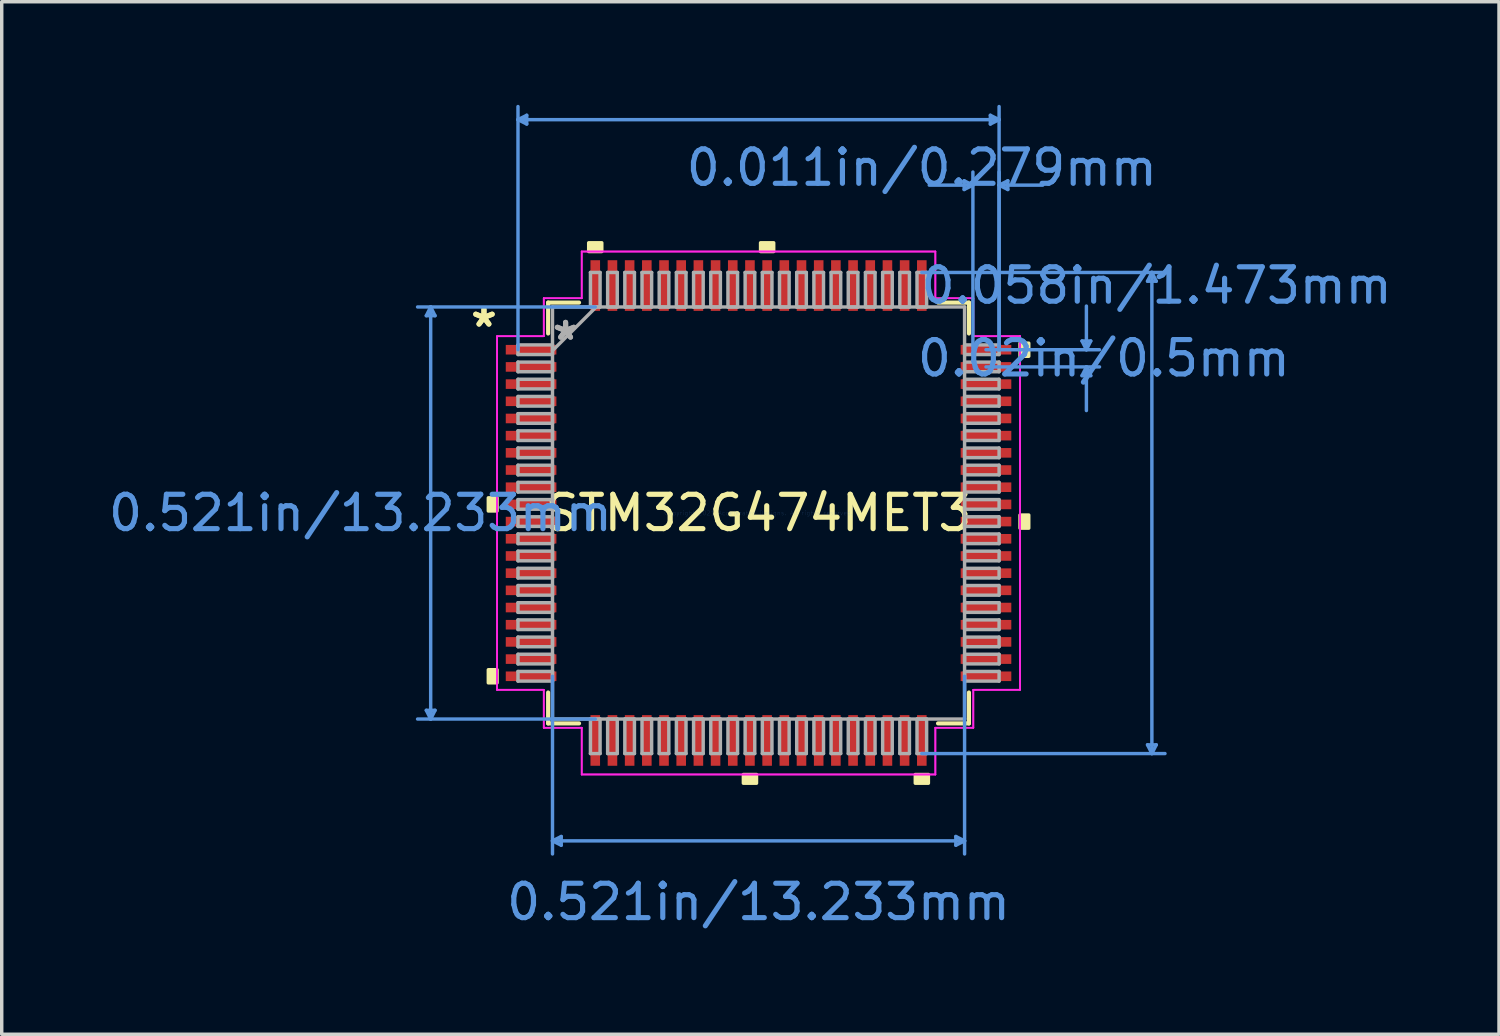
<source format=kicad_pcb>
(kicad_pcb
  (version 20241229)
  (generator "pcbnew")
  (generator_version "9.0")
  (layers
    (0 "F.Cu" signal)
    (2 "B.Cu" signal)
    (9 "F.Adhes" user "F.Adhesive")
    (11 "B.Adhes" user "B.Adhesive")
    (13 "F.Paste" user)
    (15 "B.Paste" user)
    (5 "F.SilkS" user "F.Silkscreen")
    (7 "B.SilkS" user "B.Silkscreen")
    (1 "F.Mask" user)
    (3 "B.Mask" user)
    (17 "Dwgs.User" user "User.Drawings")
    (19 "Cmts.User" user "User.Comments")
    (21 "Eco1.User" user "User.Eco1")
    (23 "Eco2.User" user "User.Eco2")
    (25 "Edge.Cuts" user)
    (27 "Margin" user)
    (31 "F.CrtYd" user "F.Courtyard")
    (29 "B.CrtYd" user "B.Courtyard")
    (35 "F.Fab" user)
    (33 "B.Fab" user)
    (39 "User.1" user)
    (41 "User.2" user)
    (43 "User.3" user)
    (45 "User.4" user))
  (footprint "STM32G474MET3"
    (layer "F.Cu")
    (at 19.017 11.874)
    (property "Reference" "STM32G474MET3" (at 0 0 0) (layer "F.SilkS") (effects (font (size 1 1) (thickness 0.15))))
    (attr through_hole)
    (fp_line (start -6.121 -6.121) (end -6.121 -5.222) (stroke (width 0.12) (type solid)) (layer "F.SilkS"))
    (fp_line (start -6.121 5.222) (end -6.121 6.121) (stroke (width 0.12) (type solid)) (layer "F.SilkS"))
    (fp_line (start -6.121 6.121) (end -5.222 6.121) (stroke (width 0.12) (type solid)) (layer "F.SilkS"))
    (fp_line (start -5.222 -6.121) (end -6.121 -6.121) (stroke (width 0.12) (type solid)) (layer "F.SilkS"))
    (fp_line (start 5.222 6.121) (end 6.121 6.121) (stroke (width 0.12) (type solid)) (layer "F.SilkS"))
    (fp_line (start 6.121 -6.121) (end 5.222 -6.121) (stroke (width 0.12) (type solid)) (layer "F.SilkS"))
    (fp_line (start 6.121 -5.222) (end 6.121 -6.121) (stroke (width 0.12) (type solid)) (layer "F.SilkS"))
    (fp_line (start 6.121 6.121) (end 6.121 5.222) (stroke (width 0.12) (type solid)) (layer "F.SilkS"))
    (fp_poly (pts (xy -7.861 -0.441) (xy -7.861 -0.059) (xy -7.607 -0.059) (xy -7.607 -0.441)) (stroke (width 0.1) (type solid)) (fill yes) (layer "F.SilkS"))
    (fp_poly (pts (xy -7.861 4.56) (xy -7.861 4.941) (xy -7.607 4.941) (xy -7.607 4.56)) (stroke (width 0.1) (type solid)) (fill yes) (layer "F.SilkS"))
    (fp_poly (pts (xy -4.941 -7.607) (xy -4.941 -7.861) (xy -4.56 -7.861) (xy -4.56 -7.607)) (stroke (width 0.1) (type solid)) (fill yes) (layer "F.SilkS"))
    (fp_poly (pts (xy -0.441 7.607) (xy -0.441 7.861) (xy -0.059 7.861) (xy -0.059 7.607)) (stroke (width 0.1) (type solid)) (fill yes) (layer "F.SilkS"))
    (fp_poly (pts (xy 0.059 -7.607) (xy 0.059 -7.861) (xy 0.441 -7.861) (xy 0.441 -7.607)) (stroke (width 0.1) (type solid)) (fill yes) (layer "F.SilkS"))
    (fp_poly (pts (xy 4.56 7.607) (xy 4.56 7.861) (xy 4.941 7.861) (xy 4.941 7.607)) (stroke (width 0.1) (type solid)) (fill yes) (layer "F.SilkS"))
    (fp_poly (pts (xy 7.861 -4.941) (xy 7.861 -4.56) (xy 7.607 -4.56) (xy 7.607 -4.941)) (stroke (width 0.1) (type solid)) (fill yes) (layer "F.SilkS"))
    (fp_poly (pts (xy 7.861 0.059) (xy 7.861 0.441) (xy 7.607 0.441) (xy 7.607 0.059)) (stroke (width 0.1) (type solid)) (fill yes) (layer "F.SilkS"))
    (fp_line (start -9.665 -5.74) (end -9.411 -5.74) (stroke (width 0.1) (type solid)) (layer "Cmts.User"))
    (fp_line (start -9.665 5.74) (end -9.411 5.74) (stroke (width 0.1) (type solid)) (layer "Cmts.User"))
    (fp_line (start -9.538 -5.994) (end -9.665 -5.74) (stroke (width 0.1) (type solid)) (layer "Cmts.User"))
    (fp_line (start -9.538 -5.994) (end -9.538 5.994) (stroke (width 0.1) (type solid)) (layer "Cmts.User"))
    (fp_line (start -9.538 -5.994) (end -9.411 -5.74) (stroke (width 0.1) (type solid)) (layer "Cmts.User"))
    (fp_line (start -9.538 5.994) (end -9.665 5.74) (stroke (width 0.1) (type solid)) (layer "Cmts.User"))
    (fp_line (start -9.538 5.994) (end -9.411 5.74) (stroke (width 0.1) (type solid)) (layer "Cmts.User"))
    (fp_line (start -6.998 -11.443) (end -6.744 -11.57) (stroke (width 0.1) (type solid)) (layer "Cmts.User"))
    (fp_line (start -6.998 -11.443) (end -6.744 -11.316) (stroke (width 0.1) (type solid)) (layer "Cmts.User"))
    (fp_line (start -6.998 -11.443) (end 6.998 -11.443) (stroke (width 0.1) (type solid)) (layer "Cmts.User"))
    (fp_line (start -6.998 -4.75) (end -6.998 -11.824) (stroke (width 0.1) (type solid)) (layer "Cmts.User"))
    (fp_line (start -6.744 -11.57) (end -6.744 -11.316) (stroke (width 0.1) (type solid)) (layer "Cmts.User"))
    (fp_line (start -5.994 4.75) (end -5.994 9.919) (stroke (width 0.1) (type solid)) (layer "Cmts.User"))
    (fp_line (start -5.994 9.538) (end -5.74 9.411) (stroke (width 0.1) (type solid)) (layer "Cmts.User"))
    (fp_line (start -5.994 9.538) (end -5.74 9.665) (stroke (width 0.1) (type solid)) (layer "Cmts.User"))
    (fp_line (start -5.994 9.538) (end 5.994 9.538) (stroke (width 0.1) (type solid)) (layer "Cmts.User"))
    (fp_line (start -5.74 9.411) (end -5.74 9.665) (stroke (width 0.1) (type solid)) (layer "Cmts.User"))
    (fp_line (start -4.75 -5.994) (end -9.919 -5.994) (stroke (width 0.1) (type solid)) (layer "Cmts.User"))
    (fp_line (start -4.75 5.994) (end -9.919 5.994) (stroke (width 0.1) (type solid)) (layer "Cmts.User"))
    (fp_line (start 4.75 -6.998) (end 11.824 -6.998) (stroke (width 0.1) (type solid)) (layer "Cmts.User"))
    (fp_line (start 4.75 6.998) (end 11.824 6.998) (stroke (width 0.1) (type solid)) (layer "Cmts.User"))
    (fp_line (start 5.74 9.411) (end 5.74 9.665) (stroke (width 0.1) (type solid)) (layer "Cmts.User"))
    (fp_line (start 5.982 -9.665) (end 5.982 -9.411) (stroke (width 0.1) (type solid)) (layer "Cmts.User"))
    (fp_line (start 5.994 4.75) (end 5.994 9.919) (stroke (width 0.1) (type solid)) (layer "Cmts.User"))
    (fp_line (start 5.994 9.538) (end 5.74 9.411) (stroke (width 0.1) (type solid)) (layer "Cmts.User"))
    (fp_line (start 5.994 9.538) (end 5.74 9.665) (stroke (width 0.1) (type solid)) (layer "Cmts.User"))
    (fp_line (start 6.236 -9.538) (end 4.966 -9.538) (stroke (width 0.1) (type solid)) (layer "Cmts.User"))
    (fp_line (start 6.236 -9.538) (end 5.982 -9.665) (stroke (width 0.1) (type solid)) (layer "Cmts.User"))
    (fp_line (start 6.236 -9.538) (end 5.982 -9.411) (stroke (width 0.1) (type solid)) (layer "Cmts.User"))
    (fp_line (start 6.236 -4.75) (end 6.236 -9.919) (stroke (width 0.1) (type solid)) (layer "Cmts.User"))
    (fp_line (start 6.617 -4.75) (end 9.919 -4.75) (stroke (width 0.1) (type solid)) (layer "Cmts.User"))
    (fp_line (start 6.617 -4.25) (end 9.919 -4.25) (stroke (width 0.1) (type solid)) (layer "Cmts.User"))
    (fp_line (start 6.744 -11.57) (end 6.744 -11.316) (stroke (width 0.1) (type solid)) (layer "Cmts.User"))
    (fp_line (start 6.998 -11.443) (end 6.744 -11.57) (stroke (width 0.1) (type solid)) (layer "Cmts.User"))
    (fp_line (start 6.998 -11.443) (end 6.744 -11.316) (stroke (width 0.1) (type solid)) (layer "Cmts.User"))
    (fp_line (start 6.998 -9.538) (end 7.252 -9.665) (stroke (width 0.1) (type solid)) (layer "Cmts.User"))
    (fp_line (start 6.998 -9.538) (end 7.252 -9.411) (stroke (width 0.1) (type solid)) (layer "Cmts.User"))
    (fp_line (start 6.998 -9.538) (end 8.268 -9.538) (stroke (width 0.1) (type solid)) (layer "Cmts.User"))
    (fp_line (start 6.998 -4.75) (end 6.998 -11.824) (stroke (width 0.1) (type solid)) (layer "Cmts.User"))
    (fp_line (start 6.998 -4.75) (end 6.998 -9.919) (stroke (width 0.1) (type solid)) (layer "Cmts.User"))
    (fp_line (start 7.252 -9.665) (end 7.252 -9.411) (stroke (width 0.1) (type solid)) (layer "Cmts.User"))
    (fp_line (start 9.411 -5.004) (end 9.665 -5.004) (stroke (width 0.1) (type solid)) (layer "Cmts.User"))
    (fp_line (start 9.411 -3.996) (end 9.665 -3.996) (stroke (width 0.1) (type solid)) (layer "Cmts.User"))
    (fp_line (start 9.538 -4.75) (end 9.411 -5.004) (stroke (width 0.1) (type solid)) (layer "Cmts.User"))
    (fp_line (start 9.538 -4.75) (end 9.538 -6.02) (stroke (width 0.1) (type solid)) (layer "Cmts.User"))
    (fp_line (start 9.538 -4.75) (end 9.665 -5.004) (stroke (width 0.1) (type solid)) (layer "Cmts.User"))
    (fp_line (start 9.538 -4.25) (end 9.411 -3.996) (stroke (width 0.1) (type solid)) (layer "Cmts.User"))
    (fp_line (start 9.538 -4.25) (end 9.538 -2.98) (stroke (width 0.1) (type solid)) (layer "Cmts.User"))
    (fp_line (start 9.538 -4.25) (end 9.665 -3.996) (stroke (width 0.1) (type solid)) (layer "Cmts.User"))
    (fp_line (start 11.316 -6.744) (end 11.57 -6.744) (stroke (width 0.1) (type solid)) (layer "Cmts.User"))
    (fp_line (start 11.316 6.744) (end 11.57 6.744) (stroke (width 0.1) (type solid)) (layer "Cmts.User"))
    (fp_line (start 11.443 -6.998) (end 11.316 -6.744) (stroke (width 0.1) (type solid)) (layer "Cmts.User"))
    (fp_line (start 11.443 -6.998) (end 11.443 6.998) (stroke (width 0.1) (type solid)) (layer "Cmts.User"))
    (fp_line (start 11.443 -6.998) (end 11.57 -6.744) (stroke (width 0.1) (type solid)) (layer "Cmts.User"))
    (fp_line (start 11.443 6.998) (end 11.316 6.744) (stroke (width 0.1) (type solid)) (layer "Cmts.User"))
    (fp_line (start 11.443 6.998) (end 11.57 6.744) (stroke (width 0.1) (type solid)) (layer "Cmts.User"))
    (fp_line (start -7.607 -5.144) (end -6.248 -5.144) (stroke (width 0.05) (type solid)) (layer "F.CrtYd"))
    (fp_line (start -7.607 -5.144) (end -6.248 -5.144) (stroke (width 0.05) (type solid)) (layer "F.CrtYd"))
    (fp_line (start -7.607 5.144) (end -7.607 -5.144) (stroke (width 0.05) (type solid)) (layer "F.CrtYd"))
    (fp_line (start -7.607 5.144) (end -7.607 -5.144) (stroke (width 0.05) (type solid)) (layer "F.CrtYd"))
    (fp_line (start -6.248 -6.248) (end -5.144 -6.248) (stroke (width 0.05) (type solid)) (layer "F.CrtYd"))
    (fp_line (start -6.248 -6.248) (end -5.144 -6.248) (stroke (width 0.05) (type solid)) (layer "F.CrtYd"))
    (fp_line (start -6.248 -5.144) (end -6.248 -6.248) (stroke (width 0.05) (type solid)) (layer "F.CrtYd"))
    (fp_line (start -6.248 -5.144) (end -6.248 -6.248) (stroke (width 0.05) (type solid)) (layer "F.CrtYd"))
    (fp_line (start -6.248 5.144) (end -7.607 5.144) (stroke (width 0.05) (type solid)) (layer "F.CrtYd"))
    (fp_line (start -6.248 5.144) (end -7.607 5.144) (stroke (width 0.05) (type solid)) (layer "F.CrtYd"))
    (fp_line (start -6.248 6.248) (end -6.248 5.144) (stroke (width 0.05) (type solid)) (layer "F.CrtYd"))
    (fp_line (start -6.248 6.248) (end -6.248 5.144) (stroke (width 0.05) (type solid)) (layer "F.CrtYd"))
    (fp_line (start -6.248 6.248) (end -5.144 6.248) (stroke (width 0.05) (type solid)) (layer "F.CrtYd"))
    (fp_line (start -5.144 -7.607) (end 5.144 -7.607) (stroke (width 0.05) (type solid)) (layer "F.CrtYd"))
    (fp_line (start -5.144 -7.607) (end 5.144 -7.607) (stroke (width 0.05) (type solid)) (layer "F.CrtYd"))
    (fp_line (start -5.144 -6.248) (end -5.144 -7.607) (stroke (width 0.05) (type solid)) (layer "F.CrtYd"))
    (fp_line (start -5.144 -6.248) (end -5.144 -7.607) (stroke (width 0.05) (type solid)) (layer "F.CrtYd"))
    (fp_line (start -5.144 6.248) (end -6.248 6.248) (stroke (width 0.05) (type solid)) (layer "F.CrtYd"))
    (fp_line (start -5.144 6.248) (end -5.144 7.607) (stroke (width 0.05) (type solid)) (layer "F.CrtYd"))
    (fp_line (start -5.144 7.607) (end -5.144 6.248) (stroke (width 0.05) (type solid)) (layer "F.CrtYd"))
    (fp_line (start -5.144 7.607) (end 5.144 7.607) (stroke (width 0.05) (type solid)) (layer "F.CrtYd"))
    (fp_line (start 5.144 -7.607) (end 5.144 -6.248) (stroke (width 0.05) (type solid)) (layer "F.CrtYd"))
    (fp_line (start 5.144 -7.607) (end 5.144 -6.248) (stroke (width 0.05) (type solid)) (layer "F.CrtYd"))
    (fp_line (start 5.144 -6.248) (end 6.248 -6.248) (stroke (width 0.05) (type solid)) (layer "F.CrtYd"))
    (fp_line (start 5.144 -6.248) (end 6.248 -6.248) (stroke (width 0.05) (type solid)) (layer "F.CrtYd"))
    (fp_line (start 5.144 6.248) (end 5.144 7.607) (stroke (width 0.05) (type solid)) (layer "F.CrtYd"))
    (fp_line (start 5.144 6.248) (end 6.248 6.248) (stroke (width 0.05) (type solid)) (layer "F.CrtYd"))
    (fp_line (start 5.144 7.607) (end -5.144 7.607) (stroke (width 0.05) (type solid)) (layer "F.CrtYd"))
    (fp_line (start 5.144 7.607) (end 5.144 6.248) (stroke (width 0.05) (type solid)) (layer "F.CrtYd"))
    (fp_line (start 6.248 -6.248) (end 6.248 -5.144) (stroke (width 0.05) (type solid)) (layer "F.CrtYd"))
    (fp_line (start 6.248 -5.144) (end 6.248 -6.248) (stroke (width 0.05) (type solid)) (layer "F.CrtYd"))
    (fp_line (start 6.248 -5.144) (end 7.607 -5.144) (stroke (width 0.05) (type solid)) (layer "F.CrtYd"))
    (fp_line (start 6.248 5.144) (end 6.248 6.248) (stroke (width 0.05) (type solid)) (layer "F.CrtYd"))
    (fp_line (start 6.248 5.144) (end 7.607 5.144) (stroke (width 0.05) (type solid)) (layer "F.CrtYd"))
    (fp_line (start 6.248 6.248) (end 5.144 6.248) (stroke (width 0.05) (type solid)) (layer "F.CrtYd"))
    (fp_line (start 6.248 6.248) (end 6.248 5.144) (stroke (width 0.05) (type solid)) (layer "F.CrtYd"))
    (fp_line (start 7.607 -5.144) (end 6.248 -5.144) (stroke (width 0.05) (type solid)) (layer "F.CrtYd"))
    (fp_line (start 7.607 -5.144) (end 7.607 5.144) (stroke (width 0.05) (type solid)) (layer "F.CrtYd"))
    (fp_line (start 7.607 5.144) (end 6.248 5.144) (stroke (width 0.05) (type solid)) (layer "F.CrtYd"))
    (fp_line (start 7.607 5.144) (end 7.607 -5.144) (stroke (width 0.05) (type solid)) (layer "F.CrtYd"))
    (fp_line (start -6.998 -4.89) (end -6.998 -4.61) (stroke (width 0.1) (type solid)) (layer "F.Fab"))
    (fp_line (start -6.998 -4.61) (end -5.994 -4.61) (stroke (width 0.1) (type solid)) (layer "F.Fab"))
    (fp_line (start -6.998 -4.39) (end -6.998 -4.11) (stroke (width 0.1) (type solid)) (layer "F.Fab"))
    (fp_line (start -6.998 -4.11) (end -5.994 -4.11) (stroke (width 0.1) (type solid)) (layer "F.Fab"))
    (fp_line (start -6.998 -3.89) (end -6.998 -3.61) (stroke (width 0.1) (type solid)) (layer "F.Fab"))
    (fp_line (start -6.998 -3.61) (end -5.994 -3.61) (stroke (width 0.1) (type solid)) (layer "F.Fab"))
    (fp_line (start -6.998 -3.39) (end -6.998 -3.11) (stroke (width 0.1) (type solid)) (layer "F.Fab"))
    (fp_line (start -6.998 -3.11) (end -5.994 -3.11) (stroke (width 0.1) (type solid)) (layer "F.Fab"))
    (fp_line (start -6.998 -2.89) (end -6.998 -2.61) (stroke (width 0.1) (type solid)) (layer "F.Fab"))
    (fp_line (start -6.998 -2.61) (end -5.994 -2.61) (stroke (width 0.1) (type solid)) (layer "F.Fab"))
    (fp_line (start -6.998 -2.39) (end -6.998 -2.11) (stroke (width 0.1) (type solid)) (layer "F.Fab"))
    (fp_line (start -6.998 -2.11) (end -5.994 -2.11) (stroke (width 0.1) (type solid)) (layer "F.Fab"))
    (fp_line (start -6.998 -1.89) (end -6.998 -1.61) (stroke (width 0.1) (type solid)) (layer "F.Fab"))
    (fp_line (start -6.998 -1.61) (end -5.994 -1.61) (stroke (width 0.1) (type solid)) (layer "F.Fab"))
    (fp_line (start -6.998 -1.39) (end -6.998 -1.11) (stroke (width 0.1) (type solid)) (layer "F.Fab"))
    (fp_line (start -6.998 -1.11) (end -5.994 -1.11) (stroke (width 0.1) (type solid)) (layer "F.Fab"))
    (fp_line (start -6.998 -0.89) (end -6.998 -0.61) (stroke (width 0.1) (type solid)) (layer "F.Fab"))
    (fp_line (start -6.998 -0.61) (end -5.994 -0.61) (stroke (width 0.1) (type solid)) (layer "F.Fab"))
    (fp_line (start -6.998 -0.39) (end -6.998 -0.11) (stroke (width 0.1) (type solid)) (layer "F.Fab"))
    (fp_line (start -6.998 -0.11) (end -5.994 -0.11) (stroke (width 0.1) (type solid)) (layer "F.Fab"))
    (fp_line (start -6.998 0.11) (end -6.998 0.39) (stroke (width 0.1) (type solid)) (layer "F.Fab"))
    (fp_line (start -6.998 0.39) (end -5.994 0.39) (stroke (width 0.1) (type solid)) (layer "F.Fab"))
    (fp_line (start -6.998 0.61) (end -6.998 0.89) (stroke (width 0.1) (type solid)) (layer "F.Fab"))
    (fp_line (start -6.998 0.89) (end -5.994 0.89) (stroke (width 0.1) (type solid)) (layer "F.Fab"))
    (fp_line (start -6.998 1.11) (end -6.998 1.39) (stroke (width 0.1) (type solid)) (layer "F.Fab"))
    (fp_line (start -6.998 1.39) (end -5.994 1.39) (stroke (width 0.1) (type solid)) (layer "F.Fab"))
    (fp_line (start -6.998 1.61) (end -6.998 1.89) (stroke (width 0.1) (type solid)) (layer "F.Fab"))
    (fp_line (start -6.998 1.89) (end -5.994 1.89) (stroke (width 0.1) (type solid)) (layer "F.Fab"))
    (fp_line (start -6.998 2.11) (end -6.998 2.39) (stroke (width 0.1) (type solid)) (layer "F.Fab"))
    (fp_line (start -6.998 2.39) (end -5.994 2.39) (stroke (width 0.1) (type solid)) (layer "F.Fab"))
    (fp_line (start -6.998 2.61) (end -6.998 2.89) (stroke (width 0.1) (type solid)) (layer "F.Fab"))
    (fp_line (start -6.998 2.89) (end -5.994 2.89) (stroke (width 0.1) (type solid)) (layer "F.Fab"))
    (fp_line (start -6.998 3.11) (end -6.998 3.39) (stroke (width 0.1) (type solid)) (layer "F.Fab"))
    (fp_line (start -6.998 3.39) (end -5.994 3.39) (stroke (width 0.1) (type solid)) (layer "F.Fab"))
    (fp_line (start -6.998 3.61) (end -6.998 3.89) (stroke (width 0.1) (type solid)) (layer "F.Fab"))
    (fp_line (start -6.998 3.89) (end -5.994 3.89) (stroke (width 0.1) (type solid)) (layer "F.Fab"))
    (fp_line (start -6.998 4.11) (end -6.998 4.39) (stroke (width 0.1) (type solid)) (layer "F.Fab"))
    (fp_line (start -6.998 4.39) (end -5.994 4.39) (stroke (width 0.1) (type solid)) (layer "F.Fab"))
    (fp_line (start -6.998 4.61) (end -6.998 4.89) (stroke (width 0.1) (type solid)) (layer "F.Fab"))
    (fp_line (start -6.998 4.89) (end -5.994 4.89) (stroke (width 0.1) (type solid)) (layer "F.Fab"))
    (fp_line (start -5.994 -5.994) (end -5.994 5.994) (stroke (width 0.1) (type solid)) (layer "F.Fab"))
    (fp_line (start -5.994 -4.89) (end -6.998 -4.89) (stroke (width 0.1) (type solid)) (layer "F.Fab"))
    (fp_line (start -5.994 -4.724) (end -4.724 -5.994) (stroke (width 0.1) (type solid)) (layer "F.Fab"))
    (fp_line (start -5.994 -4.61) (end -5.994 -4.89) (stroke (width 0.1) (type solid)) (layer "F.Fab"))
    (fp_line (start -5.994 -4.39) (end -6.998 -4.39) (stroke (width 0.1) (type solid)) (layer "F.Fab"))
    (fp_line (start -5.994 -4.11) (end -5.994 -4.39) (stroke (width 0.1) (type solid)) (layer "F.Fab"))
    (fp_line (start -5.994 -3.89) (end -6.998 -3.89) (stroke (width 0.1) (type solid)) (layer "F.Fab"))
    (fp_line (start -5.994 -3.61) (end -5.994 -3.89) (stroke (width 0.1) (type solid)) (layer "F.Fab"))
    (fp_line (start -5.994 -3.39) (end -6.998 -3.39) (stroke (width 0.1) (type solid)) (layer "F.Fab"))
    (fp_line (start -5.994 -3.11) (end -5.994 -3.39) (stroke (width 0.1) (type solid)) (layer "F.Fab"))
    (fp_line (start -5.994 -2.89) (end -6.998 -2.89) (stroke (width 0.1) (type solid)) (layer "F.Fab"))
    (fp_line (start -5.994 -2.61) (end -5.994 -2.89) (stroke (width 0.1) (type solid)) (layer "F.Fab"))
    (fp_line (start -5.994 -2.39) (end -6.998 -2.39) (stroke (width 0.1) (type solid)) (layer "F.Fab"))
    (fp_line (start -5.994 -2.11) (end -5.994 -2.39) (stroke (width 0.1) (type solid)) (layer "F.Fab"))
    (fp_line (start -5.994 -1.89) (end -6.998 -1.89) (stroke (width 0.1) (type solid)) (layer "F.Fab"))
    (fp_line (start -5.994 -1.61) (end -5.994 -1.89) (stroke (width 0.1) (type solid)) (layer "F.Fab"))
    (fp_line (start -5.994 -1.39) (end -6.998 -1.39) (stroke (width 0.1) (type solid)) (layer "F.Fab"))
    (fp_line (start -5.994 -1.11) (end -5.994 -1.39) (stroke (width 0.1) (type solid)) (layer "F.Fab"))
    (fp_line (start -5.994 -0.89) (end -6.998 -0.89) (stroke (width 0.1) (type solid)) (layer "F.Fab"))
    (fp_line (start -5.994 -0.61) (end -5.994 -0.89) (stroke (width 0.1) (type solid)) (layer "F.Fab"))
    (fp_line (start -5.994 -0.39) (end -6.998 -0.39) (stroke (width 0.1) (type solid)) (layer "F.Fab"))
    (fp_line (start -5.994 -0.11) (end -5.994 -0.39) (stroke (width 0.1) (type solid)) (layer "F.Fab"))
    (fp_line (start -5.994 0.11) (end -6.998 0.11) (stroke (width 0.1) (type solid)) (layer "F.Fab"))
    (fp_line (start -5.994 0.39) (end -5.994 0.11) (stroke (width 0.1) (type solid)) (layer "F.Fab"))
    (fp_line (start -5.994 0.61) (end -6.998 0.61) (stroke (width 0.1) (type solid)) (layer "F.Fab"))
    (fp_line (start -5.994 0.89) (end -5.994 0.61) (stroke (width 0.1) (type solid)) (layer "F.Fab"))
    (fp_line (start -5.994 1.11) (end -6.998 1.11) (stroke (width 0.1) (type solid)) (layer "F.Fab"))
    (fp_line (start -5.994 1.39) (end -5.994 1.11) (stroke (width 0.1) (type solid)) (layer "F.Fab"))
    (fp_line (start -5.994 1.61) (end -6.998 1.61) (stroke (width 0.1) (type solid)) (layer "F.Fab"))
    (fp_line (start -5.994 1.89) (end -5.994 1.61) (stroke (width 0.1) (type solid)) (layer "F.Fab"))
    (fp_line (start -5.994 2.11) (end -6.998 2.11) (stroke (width 0.1) (type solid)) (layer "F.Fab"))
    (fp_line (start -5.994 2.39) (end -5.994 2.11) (stroke (width 0.1) (type solid)) (layer "F.Fab"))
    (fp_line (start -5.994 2.61) (end -6.998 2.61) (stroke (width 0.1) (type solid)) (layer "F.Fab"))
    (fp_line (start -5.994 2.89) (end -5.994 2.61) (stroke (width 0.1) (type solid)) (layer "F.Fab"))
    (fp_line (start -5.994 3.11) (end -6.998 3.11) (stroke (width 0.1) (type solid)) (layer "F.Fab"))
    (fp_line (start -5.994 3.39) (end -5.994 3.11) (stroke (width 0.1) (type solid)) (layer "F.Fab"))
    (fp_line (start -5.994 3.61) (end -6.998 3.61) (stroke (width 0.1) (type solid)) (layer "F.Fab"))
    (fp_line (start -5.994 3.89) (end -5.994 3.61) (stroke (width 0.1) (type solid)) (layer "F.Fab"))
    (fp_line (start -5.994 4.11) (end -6.998 4.11) (stroke (width 0.1) (type solid)) (layer "F.Fab"))
    (fp_line (start -5.994 4.39) (end -5.994 4.11) (stroke (width 0.1) (type solid)) (layer "F.Fab"))
    (fp_line (start -5.994 4.61) (end -6.998 4.61) (stroke (width 0.1) (type solid)) (layer "F.Fab"))
    (fp_line (start -5.994 4.89) (end -5.994 4.61) (stroke (width 0.1) (type solid)) (layer "F.Fab"))
    (fp_line (start -5.994 5.994) (end 5.994 5.994) (stroke (width 0.1) (type solid)) (layer "F.Fab"))
    (fp_line (start -4.89 -6.998) (end -4.89 -5.994) (stroke (width 0.1) (type solid)) (layer "F.Fab"))
    (fp_line (start -4.89 -5.994) (end -4.61 -5.994) (stroke (width 0.1) (type solid)) (layer "F.Fab"))
    (fp_line (start -4.89 5.994) (end -4.89 6.998) (stroke (width 0.1) (type solid)) (layer "F.Fab"))
    (fp_line (start -4.89 6.998) (end -4.61 6.998) (stroke (width 0.1) (type solid)) (layer "F.Fab"))
    (fp_line (start -4.61 -6.998) (end -4.89 -6.998) (stroke (width 0.1) (type solid)) (layer "F.Fab"))
    (fp_line (start -4.61 -5.994) (end -4.61 -6.998) (stroke (width 0.1) (type solid)) (layer "F.Fab"))
    (fp_line (start -4.61 5.994) (end -4.89 5.994) (stroke (width 0.1) (type solid)) (layer "F.Fab"))
    (fp_line (start -4.61 6.998) (end -4.61 5.994) (stroke (width 0.1) (type solid)) (layer "F.Fab"))
    (fp_line (start -4.39 -6.998) (end -4.39 -5.994) (stroke (width 0.1) (type solid)) (layer "F.Fab"))
    (fp_line (start -4.39 -5.994) (end -4.11 -5.994) (stroke (width 0.1) (type solid)) (layer "F.Fab"))
    (fp_line (start -4.39 5.994) (end -4.39 6.998) (stroke (width 0.1) (type solid)) (layer "F.Fab"))
    (fp_line (start -4.39 6.998) (end -4.11 6.998) (stroke (width 0.1) (type solid)) (layer "F.Fab"))
    (fp_line (start -4.11 -6.998) (end -4.39 -6.998) (stroke (width 0.1) (type solid)) (layer "F.Fab"))
    (fp_line (start -4.11 -5.994) (end -4.11 -6.998) (stroke (width 0.1) (type solid)) (layer "F.Fab"))
    (fp_line (start -4.11 5.994) (end -4.39 5.994) (stroke (width 0.1) (type solid)) (layer "F.Fab"))
    (fp_line (start -4.11 6.998) (end -4.11 5.994) (stroke (width 0.1) (type solid)) (layer "F.Fab"))
    (fp_line (start -3.89 -6.998) (end -3.89 -5.994) (stroke (width 0.1) (type solid)) (layer "F.Fab"))
    (fp_line (start -3.89 -5.994) (end -3.61 -5.994) (stroke (width 0.1) (type solid)) (layer "F.Fab"))
    (fp_line (start -3.89 5.994) (end -3.89 6.998) (stroke (width 0.1) (type solid)) (layer "F.Fab"))
    (fp_line (start -3.89 6.998) (end -3.61 6.998) (stroke (width 0.1) (type solid)) (layer "F.Fab"))
    (fp_line (start -3.61 -6.998) (end -3.89 -6.998) (stroke (width 0.1) (type solid)) (layer "F.Fab"))
    (fp_line (start -3.61 -5.994) (end -3.61 -6.998) (stroke (width 0.1) (type solid)) (layer "F.Fab"))
    (fp_line (start -3.61 5.994) (end -3.89 5.994) (stroke (width 0.1) (type solid)) (layer "F.Fab"))
    (fp_line (start -3.61 6.998) (end -3.61 5.994) (stroke (width 0.1) (type solid)) (layer "F.Fab"))
    (fp_line (start -3.39 -6.998) (end -3.39 -5.994) (stroke (width 0.1) (type solid)) (layer "F.Fab"))
    (fp_line (start -3.39 -5.994) (end -3.11 -5.994) (stroke (width 0.1) (type solid)) (layer "F.Fab"))
    (fp_line (start -3.39 5.994) (end -3.39 6.998) (stroke (width 0.1) (type solid)) (layer "F.Fab"))
    (fp_line (start -3.39 6.998) (end -3.11 6.998) (stroke (width 0.1) (type solid)) (layer "F.Fab"))
    (fp_line (start -3.11 -6.998) (end -3.39 -6.998) (stroke (width 0.1) (type solid)) (layer "F.Fab"))
    (fp_line (start -3.11 -5.994) (end -3.11 -6.998) (stroke (width 0.1) (type solid)) (layer "F.Fab"))
    (fp_line (start -3.11 5.994) (end -3.39 5.994) (stroke (width 0.1) (type solid)) (layer "F.Fab"))
    (fp_line (start -3.11 6.998) (end -3.11 5.994) (stroke (width 0.1) (type solid)) (layer "F.Fab"))
    (fp_line (start -2.89 -6.998) (end -2.89 -5.994) (stroke (width 0.1) (type solid)) (layer "F.Fab"))
    (fp_line (start -2.89 -5.994) (end -2.61 -5.994) (stroke (width 0.1) (type solid)) (layer "F.Fab"))
    (fp_line (start -2.89 5.994) (end -2.89 6.998) (stroke (width 0.1) (type solid)) (layer "F.Fab"))
    (fp_line (start -2.89 6.998) (end -2.61 6.998) (stroke (width 0.1) (type solid)) (layer "F.Fab"))
    (fp_line (start -2.61 -6.998) (end -2.89 -6.998) (stroke (width 0.1) (type solid)) (layer "F.Fab"))
    (fp_line (start -2.61 -5.994) (end -2.61 -6.998) (stroke (width 0.1) (type solid)) (layer "F.Fab"))
    (fp_line (start -2.61 5.994) (end -2.89 5.994) (stroke (width 0.1) (type solid)) (layer "F.Fab"))
    (fp_line (start -2.61 6.998) (end -2.61 5.994) (stroke (width 0.1) (type solid)) (layer "F.Fab"))
    (fp_line (start -2.39 -6.998) (end -2.39 -5.994) (stroke (width 0.1) (type solid)) (layer "F.Fab"))
    (fp_line (start -2.39 -5.994) (end -2.11 -5.994) (stroke (width 0.1) (type solid)) (layer "F.Fab"))
    (fp_line (start -2.39 5.994) (end -2.39 6.998) (stroke (width 0.1) (type solid)) (layer "F.Fab"))
    (fp_line (start -2.39 6.998) (end -2.11 6.998) (stroke (width 0.1) (type solid)) (layer "F.Fab"))
    (fp_line (start -2.11 -6.998) (end -2.39 -6.998) (stroke (width 0.1) (type solid)) (layer "F.Fab"))
    (fp_line (start -2.11 -5.994) (end -2.11 -6.998) (stroke (width 0.1) (type solid)) (layer "F.Fab"))
    (fp_line (start -2.11 5.994) (end -2.39 5.994) (stroke (width 0.1) (type solid)) (layer "F.Fab"))
    (fp_line (start -2.11 6.998) (end -2.11 5.994) (stroke (width 0.1) (type solid)) (layer "F.Fab"))
    (fp_line (start -1.89 -6.998) (end -1.89 -5.994) (stroke (width 0.1) (type solid)) (layer "F.Fab"))
    (fp_line (start -1.89 -5.994) (end -1.61 -5.994) (stroke (width 0.1) (type solid)) (layer "F.Fab"))
    (fp_line (start -1.89 5.994) (end -1.89 6.998) (stroke (width 0.1) (type solid)) (layer "F.Fab"))
    (fp_line (start -1.89 6.998) (end -1.61 6.998) (stroke (width 0.1) (type solid)) (layer "F.Fab"))
    (fp_line (start -1.61 -6.998) (end -1.89 -6.998) (stroke (width 0.1) (type solid)) (layer "F.Fab"))
    (fp_line (start -1.61 -5.994) (end -1.61 -6.998) (stroke (width 0.1) (type solid)) (layer "F.Fab"))
    (fp_line (start -1.61 5.994) (end -1.89 5.994) (stroke (width 0.1) (type solid)) (layer "F.Fab"))
    (fp_line (start -1.61 6.998) (end -1.61 5.994) (stroke (width 0.1) (type solid)) (layer "F.Fab"))
    (fp_line (start -1.39 -6.998) (end -1.39 -5.994) (stroke (width 0.1) (type solid)) (layer "F.Fab"))
    (fp_line (start -1.39 -5.994) (end -1.11 -5.994) (stroke (width 0.1) (type solid)) (layer "F.Fab"))
    (fp_line (start -1.39 5.994) (end -1.39 6.998) (stroke (width 0.1) (type solid)) (layer "F.Fab"))
    (fp_line (start -1.39 6.998) (end -1.11 6.998) (stroke (width 0.1) (type solid)) (layer "F.Fab"))
    (fp_line (start -1.11 -6.998) (end -1.39 -6.998) (stroke (width 0.1) (type solid)) (layer "F.Fab"))
    (fp_line (start -1.11 -5.994) (end -1.11 -6.998) (stroke (width 0.1) (type solid)) (layer "F.Fab"))
    (fp_line (start -1.11 5.994) (end -1.39 5.994) (stroke (width 0.1) (type solid)) (layer "F.Fab"))
    (fp_line (start -1.11 6.998) (end -1.11 5.994) (stroke (width 0.1) (type solid)) (layer "F.Fab"))
    (fp_line (start -0.89 -6.998) (end -0.89 -5.994) (stroke (width 0.1) (type solid)) (layer "F.Fab"))
    (fp_line (start -0.89 -5.994) (end -0.61 -5.994) (stroke (width 0.1) (type solid)) (layer "F.Fab"))
    (fp_line (start -0.89 5.994) (end -0.89 6.998) (stroke (width 0.1) (type solid)) (layer "F.Fab"))
    (fp_line (start -0.89 6.998) (end -0.61 6.998) (stroke (width 0.1) (type solid)) (layer "F.Fab"))
    (fp_line (start -0.61 -6.998) (end -0.89 -6.998) (stroke (width 0.1) (type solid)) (layer "F.Fab"))
    (fp_line (start -0.61 -5.994) (end -0.61 -6.998) (stroke (width 0.1) (type solid)) (layer "F.Fab"))
    (fp_line (start -0.61 5.994) (end -0.89 5.994) (stroke (width 0.1) (type solid)) (layer "F.Fab"))
    (fp_line (start -0.61 6.998) (end -0.61 5.994) (stroke (width 0.1) (type solid)) (layer "F.Fab"))
    (fp_line (start -0.39 -6.998) (end -0.39 -5.994) (stroke (width 0.1) (type solid)) (layer "F.Fab"))
    (fp_line (start -0.39 -5.994) (end -0.11 -5.994) (stroke (width 0.1) (type solid)) (layer "F.Fab"))
    (fp_line (start -0.39 5.994) (end -0.39 6.998) (stroke (width 0.1) (type solid)) (layer "F.Fab"))
    (fp_line (start -0.39 6.998) (end -0.11 6.998) (stroke (width 0.1) (type solid)) (layer "F.Fab"))
    (fp_line (start -0.11 -6.998) (end -0.39 -6.998) (stroke (width 0.1) (type solid)) (layer "F.Fab"))
    (fp_line (start -0.11 -5.994) (end -0.11 -6.998) (stroke (width 0.1) (type solid)) (layer "F.Fab"))
    (fp_line (start -0.11 5.994) (end -0.39 5.994) (stroke (width 0.1) (type solid)) (layer "F.Fab"))
    (fp_line (start -0.11 6.998) (end -0.11 5.994) (stroke (width 0.1) (type solid)) (layer "F.Fab"))
    (fp_line (start 0.11 -6.998) (end 0.11 -5.994) (stroke (width 0.1) (type solid)) (layer "F.Fab"))
    (fp_line (start 0.11 -5.994) (end 0.39 -5.994) (stroke (width 0.1) (type solid)) (layer "F.Fab"))
    (fp_line (start 0.11 5.994) (end 0.11 6.998) (stroke (width 0.1) (type solid)) (layer "F.Fab"))
    (fp_line (start 0.11 6.998) (end 0.39 6.998) (stroke (width 0.1) (type solid)) (layer "F.Fab"))
    (fp_line (start 0.39 -6.998) (end 0.11 -6.998) (stroke (width 0.1) (type solid)) (layer "F.Fab"))
    (fp_line (start 0.39 -5.994) (end 0.39 -6.998) (stroke (width 0.1) (type solid)) (layer "F.Fab"))
    (fp_line (start 0.39 5.994) (end 0.11 5.994) (stroke (width 0.1) (type solid)) (layer "F.Fab"))
    (fp_line (start 0.39 6.998) (end 0.39 5.994) (stroke (width 0.1) (type solid)) (layer "F.Fab"))
    (fp_line (start 0.61 -6.998) (end 0.61 -5.994) (stroke (width 0.1) (type solid)) (layer "F.Fab"))
    (fp_line (start 0.61 -5.994) (end 0.89 -5.994) (stroke (width 0.1) (type solid)) (layer "F.Fab"))
    (fp_line (start 0.61 5.994) (end 0.61 6.998) (stroke (width 0.1) (type solid)) (layer "F.Fab"))
    (fp_line (start 0.61 6.998) (end 0.89 6.998) (stroke (width 0.1) (type solid)) (layer "F.Fab"))
    (fp_line (start 0.89 -6.998) (end 0.61 -6.998) (stroke (width 0.1) (type solid)) (layer "F.Fab"))
    (fp_line (start 0.89 -5.994) (end 0.89 -6.998) (stroke (width 0.1) (type solid)) (layer "F.Fab"))
    (fp_line (start 0.89 5.994) (end 0.61 5.994) (stroke (width 0.1) (type solid)) (layer "F.Fab"))
    (fp_line (start 0.89 6.998) (end 0.89 5.994) (stroke (width 0.1) (type solid)) (layer "F.Fab"))
    (fp_line (start 1.11 -6.998) (end 1.11 -5.994) (stroke (width 0.1) (type solid)) (layer "F.Fab"))
    (fp_line (start 1.11 -5.994) (end 1.39 -5.994) (stroke (width 0.1) (type solid)) (layer "F.Fab"))
    (fp_line (start 1.11 5.994) (end 1.11 6.998) (stroke (width 0.1) (type solid)) (layer "F.Fab"))
    (fp_line (start 1.11 6.998) (end 1.39 6.998) (stroke (width 0.1) (type solid)) (layer "F.Fab"))
    (fp_line (start 1.39 -6.998) (end 1.11 -6.998) (stroke (width 0.1) (type solid)) (layer "F.Fab"))
    (fp_line (start 1.39 -5.994) (end 1.39 -6.998) (stroke (width 0.1) (type solid)) (layer "F.Fab"))
    (fp_line (start 1.39 5.994) (end 1.11 5.994) (stroke (width 0.1) (type solid)) (layer "F.Fab"))
    (fp_line (start 1.39 6.998) (end 1.39 5.994) (stroke (width 0.1) (type solid)) (layer "F.Fab"))
    (fp_line (start 1.61 -6.998) (end 1.61 -5.994) (stroke (width 0.1) (type solid)) (layer "F.Fab"))
    (fp_line (start 1.61 -5.994) (end 1.89 -5.994) (stroke (width 0.1) (type solid)) (layer "F.Fab"))
    (fp_line (start 1.61 5.994) (end 1.61 6.998) (stroke (width 0.1) (type solid)) (layer "F.Fab"))
    (fp_line (start 1.61 6.998) (end 1.89 6.998) (stroke (width 0.1) (type solid)) (layer "F.Fab"))
    (fp_line (start 1.89 -6.998) (end 1.61 -6.998) (stroke (width 0.1) (type solid)) (layer "F.Fab"))
    (fp_line (start 1.89 -5.994) (end 1.89 -6.998) (stroke (width 0.1) (type solid)) (layer "F.Fab"))
    (fp_line (start 1.89 5.994) (end 1.61 5.994) (stroke (width 0.1) (type solid)) (layer "F.Fab"))
    (fp_line (start 1.89 6.998) (end 1.89 5.994) (stroke (width 0.1) (type solid)) (layer "F.Fab"))
    (fp_line (start 2.11 -6.998) (end 2.11 -5.994) (stroke (width 0.1) (type solid)) (layer "F.Fab"))
    (fp_line (start 2.11 -5.994) (end 2.39 -5.994) (stroke (width 0.1) (type solid)) (layer "F.Fab"))
    (fp_line (start 2.11 5.994) (end 2.11 6.998) (stroke (width 0.1) (type solid)) (layer "F.Fab"))
    (fp_line (start 2.11 6.998) (end 2.39 6.998) (stroke (width 0.1) (type solid)) (layer "F.Fab"))
    (fp_line (start 2.39 -6.998) (end 2.11 -6.998) (stroke (width 0.1) (type solid)) (layer "F.Fab"))
    (fp_line (start 2.39 -5.994) (end 2.39 -6.998) (stroke (width 0.1) (type solid)) (layer "F.Fab"))
    (fp_line (start 2.39 5.994) (end 2.11 5.994) (stroke (width 0.1) (type solid)) (layer "F.Fab"))
    (fp_line (start 2.39 6.998) (end 2.39 5.994) (stroke (width 0.1) (type solid)) (layer "F.Fab"))
    (fp_line (start 2.61 -6.998) (end 2.61 -5.994) (stroke (width 0.1) (type solid)) (layer "F.Fab"))
    (fp_line (start 2.61 -5.994) (end 2.89 -5.994) (stroke (width 0.1) (type solid)) (layer "F.Fab"))
    (fp_line (start 2.61 5.994) (end 2.61 6.998) (stroke (width 0.1) (type solid)) (layer "F.Fab"))
    (fp_line (start 2.61 6.998) (end 2.89 6.998) (stroke (width 0.1) (type solid)) (layer "F.Fab"))
    (fp_line (start 2.89 -6.998) (end 2.61 -6.998) (stroke (width 0.1) (type solid)) (layer "F.Fab"))
    (fp_line (start 2.89 -5.994) (end 2.89 -6.998) (stroke (width 0.1) (type solid)) (layer "F.Fab"))
    (fp_line (start 2.89 5.994) (end 2.61 5.994) (stroke (width 0.1) (type solid)) (layer "F.Fab"))
    (fp_line (start 2.89 6.998) (end 2.89 5.994) (stroke (width 0.1) (type solid)) (layer "F.Fab"))
    (fp_line (start 3.11 -6.998) (end 3.11 -5.994) (stroke (width 0.1) (type solid)) (layer "F.Fab"))
    (fp_line (start 3.11 -5.994) (end 3.39 -5.994) (stroke (width 0.1) (type solid)) (layer "F.Fab"))
    (fp_line (start 3.11 5.994) (end 3.11 6.998) (stroke (width 0.1) (type solid)) (layer "F.Fab"))
    (fp_line (start 3.11 6.998) (end 3.39 6.998) (stroke (width 0.1) (type solid)) (layer "F.Fab"))
    (fp_line (start 3.39 -6.998) (end 3.11 -6.998) (stroke (width 0.1) (type solid)) (layer "F.Fab"))
    (fp_line (start 3.39 -5.994) (end 3.39 -6.998) (stroke (width 0.1) (type solid)) (layer "F.Fab"))
    (fp_line (start 3.39 5.994) (end 3.11 5.994) (stroke (width 0.1) (type solid)) (layer "F.Fab"))
    (fp_line (start 3.39 6.998) (end 3.39 5.994) (stroke (width 0.1) (type solid)) (layer "F.Fab"))
    (fp_line (start 3.61 -6.998) (end 3.61 -5.994) (stroke (width 0.1) (type solid)) (layer "F.Fab"))
    (fp_line (start 3.61 -5.994) (end 3.89 -5.994) (stroke (width 0.1) (type solid)) (layer "F.Fab"))
    (fp_line (start 3.61 5.994) (end 3.61 6.998) (stroke (width 0.1) (type solid)) (layer "F.Fab"))
    (fp_line (start 3.61 6.998) (end 3.89 6.998) (stroke (width 0.1) (type solid)) (layer "F.Fab"))
    (fp_line (start 3.89 -6.998) (end 3.61 -6.998) (stroke (width 0.1) (type solid)) (layer "F.Fab"))
    (fp_line (start 3.89 -5.994) (end 3.89 -6.998) (stroke (width 0.1) (type solid)) (layer "F.Fab"))
    (fp_line (start 3.89 5.994) (end 3.61 5.994) (stroke (width 0.1) (type solid)) (layer "F.Fab"))
    (fp_line (start 3.89 6.998) (end 3.89 5.994) (stroke (width 0.1) (type solid)) (layer "F.Fab"))
    (fp_line (start 4.11 -6.998) (end 4.11 -5.994) (stroke (width 0.1) (type solid)) (layer "F.Fab"))
    (fp_line (start 4.11 -5.994) (end 4.39 -5.994) (stroke (width 0.1) (type solid)) (layer "F.Fab"))
    (fp_line (start 4.11 5.994) (end 4.11 6.998) (stroke (width 0.1) (type solid)) (layer "F.Fab"))
    (fp_line (start 4.11 6.998) (end 4.39 6.998) (stroke (width 0.1) (type solid)) (layer "F.Fab"))
    (fp_line (start 4.39 -6.998) (end 4.11 -6.998) (stroke (width 0.1) (type solid)) (layer "F.Fab"))
    (fp_line (start 4.39 -5.994) (end 4.39 -6.998) (stroke (width 0.1) (type solid)) (layer "F.Fab"))
    (fp_line (start 4.39 5.994) (end 4.11 5.994) (stroke (width 0.1) (type solid)) (layer "F.Fab"))
    (fp_line (start 4.39 6.998) (end 4.39 5.994) (stroke (width 0.1) (type solid)) (layer "F.Fab"))
    (fp_line (start 4.61 -6.998) (end 4.61 -5.994) (stroke (width 0.1) (type solid)) (layer "F.Fab"))
    (fp_line (start 4.61 -5.994) (end 4.89 -5.994) (stroke (width 0.1) (type solid)) (layer "F.Fab"))
    (fp_line (start 4.61 5.994) (end 4.61 6.998) (stroke (width 0.1) (type solid)) (layer "F.Fab"))
    (fp_line (start 4.61 6.998) (end 4.89 6.998) (stroke (width 0.1) (type solid)) (layer "F.Fab"))
    (fp_line (start 4.89 -6.998) (end 4.61 -6.998) (stroke (width 0.1) (type solid)) (layer "F.Fab"))
    (fp_line (start 4.89 -5.994) (end 4.89 -6.998) (stroke (width 0.1) (type solid)) (layer "F.Fab"))
    (fp_line (start 4.89 5.994) (end 4.61 5.994) (stroke (width 0.1) (type solid)) (layer "F.Fab"))
    (fp_line (start 4.89 6.998) (end 4.89 5.994) (stroke (width 0.1) (type solid)) (layer "F.Fab"))
    (fp_line (start 5.994 -5.994) (end -5.994 -5.994) (stroke (width 0.1) (type solid)) (layer "F.Fab"))
    (fp_line (start 5.994 -4.89) (end 5.994 -4.61) (stroke (width 0.1) (type solid)) (layer "F.Fab"))
    (fp_line (start 5.994 -4.61) (end 6.998 -4.61) (stroke (width 0.1) (type solid)) (layer "F.Fab"))
    (fp_line (start 5.994 -4.39) (end 5.994 -4.11) (stroke (width 0.1) (type solid)) (layer "F.Fab"))
    (fp_line (start 5.994 -4.11) (end 6.998 -4.11) (stroke (width 0.1) (type solid)) (layer "F.Fab"))
    (fp_line (start 5.994 -3.89) (end 5.994 -3.61) (stroke (width 0.1) (type solid)) (layer "F.Fab"))
    (fp_line (start 5.994 -3.61) (end 6.998 -3.61) (stroke (width 0.1) (type solid)) (layer "F.Fab"))
    (fp_line (start 5.994 -3.39) (end 5.994 -3.11) (stroke (width 0.1) (type solid)) (layer "F.Fab"))
    (fp_line (start 5.994 -3.11) (end 6.998 -3.11) (stroke (width 0.1) (type solid)) (layer "F.Fab"))
    (fp_line (start 5.994 -2.89) (end 5.994 -2.61) (stroke (width 0.1) (type solid)) (layer "F.Fab"))
    (fp_line (start 5.994 -2.61) (end 6.998 -2.61) (stroke (width 0.1) (type solid)) (layer "F.Fab"))
    (fp_line (start 5.994 -2.39) (end 5.994 -2.11) (stroke (width 0.1) (type solid)) (layer "F.Fab"))
    (fp_line (start 5.994 -2.11) (end 6.998 -2.11) (stroke (width 0.1) (type solid)) (layer "F.Fab"))
    (fp_line (start 5.994 -1.89) (end 5.994 -1.61) (stroke (width 0.1) (type solid)) (layer "F.Fab"))
    (fp_line (start 5.994 -1.61) (end 6.998 -1.61) (stroke (width 0.1) (type solid)) (layer "F.Fab"))
    (fp_line (start 5.994 -1.39) (end 5.994 -1.11) (stroke (width 0.1) (type solid)) (layer "F.Fab"))
    (fp_line (start 5.994 -1.11) (end 6.998 -1.11) (stroke (width 0.1) (type solid)) (layer "F.Fab"))
    (fp_line (start 5.994 -0.89) (end 5.994 -0.61) (stroke (width 0.1) (type solid)) (layer "F.Fab"))
    (fp_line (start 5.994 -0.61) (end 6.998 -0.61) (stroke (width 0.1) (type solid)) (layer "F.Fab"))
    (fp_line (start 5.994 -0.39) (end 5.994 -0.11) (stroke (width 0.1) (type solid)) (layer "F.Fab"))
    (fp_line (start 5.994 -0.11) (end 6.998 -0.11) (stroke (width 0.1) (type solid)) (layer "F.Fab"))
    (fp_line (start 5.994 0.11) (end 5.994 0.39) (stroke (width 0.1) (type solid)) (layer "F.Fab"))
    (fp_line (start 5.994 0.39) (end 6.998 0.39) (stroke (width 0.1) (type solid)) (layer "F.Fab"))
    (fp_line (start 5.994 0.61) (end 5.994 0.89) (stroke (width 0.1) (type solid)) (layer "F.Fab"))
    (fp_line (start 5.994 0.89) (end 6.998 0.89) (stroke (width 0.1) (type solid)) (layer "F.Fab"))
    (fp_line (start 5.994 1.11) (end 5.994 1.39) (stroke (width 0.1) (type solid)) (layer "F.Fab"))
    (fp_line (start 5.994 1.39) (end 6.998 1.39) (stroke (width 0.1) (type solid)) (layer "F.Fab"))
    (fp_line (start 5.994 1.61) (end 5.994 1.89) (stroke (width 0.1) (type solid)) (layer "F.Fab"))
    (fp_line (start 5.994 1.89) (end 6.998 1.89) (stroke (width 0.1) (type solid)) (layer "F.Fab"))
    (fp_line (start 5.994 2.11) (end 5.994 2.39) (stroke (width 0.1) (type solid)) (layer "F.Fab"))
    (fp_line (start 5.994 2.39) (end 6.998 2.39) (stroke (width 0.1) (type solid)) (layer "F.Fab"))
    (fp_line (start 5.994 2.61) (end 5.994 2.89) (stroke (width 0.1) (type solid)) (layer "F.Fab"))
    (fp_line (start 5.994 2.89) (end 6.998 2.89) (stroke (width 0.1) (type solid)) (layer "F.Fab"))
    (fp_line (start 5.994 3.11) (end 5.994 3.39) (stroke (width 0.1) (type solid)) (layer "F.Fab"))
    (fp_line (start 5.994 3.39) (end 6.998 3.39) (stroke (width 0.1) (type solid)) (layer "F.Fab"))
    (fp_line (start 5.994 3.61) (end 5.994 3.89) (stroke (width 0.1) (type solid)) (layer "F.Fab"))
    (fp_line (start 5.994 3.89) (end 6.998 3.89) (stroke (width 0.1) (type solid)) (layer "F.Fab"))
    (fp_line (start 5.994 4.11) (end 5.994 4.39) (stroke (width 0.1) (type solid)) (layer "F.Fab"))
    (fp_line (start 5.994 4.39) (end 6.998 4.39) (stroke (width 0.1) (type solid)) (layer "F.Fab"))
    (fp_line (start 5.994 4.61) (end 5.994 4.89) (stroke (width 0.1) (type solid)) (layer "F.Fab"))
    (fp_line (start 5.994 4.89) (end 6.998 4.89) (stroke (width 0.1) (type solid)) (layer "F.Fab"))
    (fp_line (start 5.994 5.994) (end 5.994 -5.994) (stroke (width 0.1) (type solid)) (layer "F.Fab"))
    (fp_line (start 6.998 -4.89) (end 5.994 -4.89) (stroke (width 0.1) (type solid)) (layer "F.Fab"))
    (fp_line (start 6.998 -4.61) (end 6.998 -4.89) (stroke (width 0.1) (type solid)) (layer "F.Fab"))
    (fp_line (start 6.998 -4.39) (end 5.994 -4.39) (stroke (width 0.1) (type solid)) (layer "F.Fab"))
    (fp_line (start 6.998 -4.11) (end 6.998 -4.39) (stroke (width 0.1) (type solid)) (layer "F.Fab"))
    (fp_line (start 6.998 -3.89) (end 5.994 -3.89) (stroke (width 0.1) (type solid)) (layer "F.Fab"))
    (fp_line (start 6.998 -3.61) (end 6.998 -3.89) (stroke (width 0.1) (type solid)) (layer "F.Fab"))
    (fp_line (start 6.998 -3.39) (end 5.994 -3.39) (stroke (width 0.1) (type solid)) (layer "F.Fab"))
    (fp_line (start 6.998 -3.11) (end 6.998 -3.39) (stroke (width 0.1) (type solid)) (layer "F.Fab"))
    (fp_line (start 6.998 -2.89) (end 5.994 -2.89) (stroke (width 0.1) (type solid)) (layer "F.Fab"))
    (fp_line (start 6.998 -2.61) (end 6.998 -2.89) (stroke (width 0.1) (type solid)) (layer "F.Fab"))
    (fp_line (start 6.998 -2.39) (end 5.994 -2.39) (stroke (width 0.1) (type solid)) (layer "F.Fab"))
    (fp_line (start 6.998 -2.11) (end 6.998 -2.39) (stroke (width 0.1) (type solid)) (layer "F.Fab"))
    (fp_line (start 6.998 -1.89) (end 5.994 -1.89) (stroke (width 0.1) (type solid)) (layer "F.Fab"))
    (fp_line (start 6.998 -1.61) (end 6.998 -1.89) (stroke (width 0.1) (type solid)) (layer "F.Fab"))
    (fp_line (start 6.998 -1.39) (end 5.994 -1.39) (stroke (width 0.1) (type solid)) (layer "F.Fab"))
    (fp_line (start 6.998 -1.11) (end 6.998 -1.39) (stroke (width 0.1) (type solid)) (layer "F.Fab"))
    (fp_line (start 6.998 -0.89) (end 5.994 -0.89) (stroke (width 0.1) (type solid)) (layer "F.Fab"))
    (fp_line (start 6.998 -0.61) (end 6.998 -0.89) (stroke (width 0.1) (type solid)) (layer "F.Fab"))
    (fp_line (start 6.998 -0.39) (end 5.994 -0.39) (stroke (width 0.1) (type solid)) (layer "F.Fab"))
    (fp_line (start 6.998 -0.11) (end 6.998 -0.39) (stroke (width 0.1) (type solid)) (layer "F.Fab"))
    (fp_line (start 6.998 0.11) (end 5.994 0.11) (stroke (width 0.1) (type solid)) (layer "F.Fab"))
    (fp_line (start 6.998 0.39) (end 6.998 0.11) (stroke (width 0.1) (type solid)) (layer "F.Fab"))
    (fp_line (start 6.998 0.61) (end 5.994 0.61) (stroke (width 0.1) (type solid)) (layer "F.Fab"))
    (fp_line (start 6.998 0.89) (end 6.998 0.61) (stroke (width 0.1) (type solid)) (layer "F.Fab"))
    (fp_line (start 6.998 1.11) (end 5.994 1.11) (stroke (width 0.1) (type solid)) (layer "F.Fab"))
    (fp_line (start 6.998 1.39) (end 6.998 1.11) (stroke (width 0.1) (type solid)) (layer "F.Fab"))
    (fp_line (start 6.998 1.61) (end 5.994 1.61) (stroke (width 0.1) (type solid)) (layer "F.Fab"))
    (fp_line (start 6.998 1.89) (end 6.998 1.61) (stroke (width 0.1) (type solid)) (layer "F.Fab"))
    (fp_line (start 6.998 2.11) (end 5.994 2.11) (stroke (width 0.1) (type solid)) (layer "F.Fab"))
    (fp_line (start 6.998 2.39) (end 6.998 2.11) (stroke (width 0.1) (type solid)) (layer "F.Fab"))
    (fp_line (start 6.998 2.61) (end 5.994 2.61) (stroke (width 0.1) (type solid)) (layer "F.Fab"))
    (fp_line (start 6.998 2.89) (end 6.998 2.61) (stroke (width 0.1) (type solid)) (layer "F.Fab"))
    (fp_line (start 6.998 3.11) (end 5.994 3.11) (stroke (width 0.1) (type solid)) (layer "F.Fab"))
    (fp_line (start 6.998 3.39) (end 6.998 3.11) (stroke (width 0.1) (type solid)) (layer "F.Fab"))
    (fp_line (start 6.998 3.61) (end 5.994 3.61) (stroke (width 0.1) (type solid)) (layer "F.Fab"))
    (fp_line (start 6.998 3.89) (end 6.998 3.61) (stroke (width 0.1) (type solid)) (layer "F.Fab"))
    (fp_line (start 6.998 4.11) (end 5.994 4.11) (stroke (width 0.1) (type solid)) (layer "F.Fab"))
    (fp_line (start 6.998 4.39) (end 6.998 4.11) (stroke (width 0.1) (type solid)) (layer "F.Fab"))
    (fp_line (start 6.998 4.61) (end 5.994 4.61) (stroke (width 0.1) (type solid)) (layer "F.Fab"))
    (fp_line (start 6.998 4.89) (end 6.998 4.61) (stroke (width 0.1) (type solid)) (layer "F.Fab"))
    (fp_text user "*" (at -7.988 -5.381 0) (layer "F.SilkS") (effects (font (size 1 1) (thickness 0.15))))
    (fp_text user "*" (at -7.988 -5.381 0) (layer "F.SilkS") (effects (font (size 1 1) (thickness 0.15))))
    (fp_text user "0.011in/0.279mm" (at 4.75 -10.046 0) (layer "Cmts.User") (effects (font (size 1 1) (thickness 0.15))))
    (fp_text user "0.521in/13.233mm" (at -11.582 0 0) (layer "Cmts.User") (effects (font (size 1 1) (thickness 0.15))))
    (fp_text user "Copyright 2021 Accelerated Designs. All rights reserved." (at 0 0 0) (layer "Cmts.User") (effects (font (size 0.127 0.127) (thickness 0.002))))
    (fp_text user "0.521in/13.233mm" (at 0 11.316 0) (layer "Cmts.User") (effects (font (size 1 1) (thickness 0.15))))
    (fp_text user "0.02in/0.5mm" (at 10.046 -4.5 0) (layer "Cmts.User") (effects (font (size 1 1) (thickness 0.15))))
    (fp_text user "0.058in/1.473mm" (at 11.582 -6.617 0) (layer "Cmts.User") (effects (font (size 1 1) (thickness 0.15))))
    (fp_text user "*" (at -5.613 -5 0) (layer "F.Fab") (effects (font (size 1 1) (thickness 0.15))))
    (fp_text user "*" (at -5.613 -5 0) (layer "F.Fab") (effects (font (size 1 1) (thickness 0.15))))
    (pad "1" smd rect (at -6.617 -4.75 90) (size 0.279 1.473) (layers "F.Cu" "F.Mask" "F.Paste"))
    (pad "2" smd rect (at -6.617 -4.25 90) (size 0.279 1.473) (layers "F.Cu" "F.Mask" "F.Paste"))
    (pad "3" smd rect (at -6.617 -3.75 90) (size 0.279 1.473) (layers "F.Cu" "F.Mask" "F.Paste"))
    (pad "4" smd rect (at -6.617 -3.25 90) (size 0.279 1.473) (layers "F.Cu" "F.Mask" "F.Paste"))
    (pad "5" smd rect (at -6.617 -2.75 90) (size 0.279 1.473) (layers "F.Cu" "F.Mask" "F.Paste"))
    (pad "6" smd rect (at -6.617 -2.25 90) (size 0.279 1.473) (layers "F.Cu" "F.Mask" "F.Paste"))
    (pad "7" smd rect (at -6.617 -1.75 90) (size 0.279 1.473) (layers "F.Cu" "F.Mask" "F.Paste"))
    (pad "8" smd rect (at -6.617 -1.25 90) (size 0.279 1.473) (layers "F.Cu" "F.Mask" "F.Paste"))
    (pad "9" smd rect (at -6.617 -0.75 90) (size 0.279 1.473) (layers "F.Cu" "F.Mask" "F.Paste"))
    (pad "10" smd rect (at -6.617 -0.25 90) (size 0.279 1.473) (layers "F.Cu" "F.Mask" "F.Paste"))
    (pad "11" smd rect (at -6.617 0.25 90) (size 0.279 1.473) (layers "F.Cu" "F.Mask" "F.Paste"))
    (pad "12" smd rect (at -6.617 0.75 90) (size 0.279 1.473) (layers "F.Cu" "F.Mask" "F.Paste"))
    (pad "13" smd rect (at -6.617 1.25 90) (size 0.279 1.473) (layers "F.Cu" "F.Mask" "F.Paste"))
    (pad "14" smd rect (at -6.617 1.75 90) (size 0.279 1.473) (layers "F.Cu" "F.Mask" "F.Paste"))
    (pad "15" smd rect (at -6.617 2.25 90) (size 0.279 1.473) (layers "F.Cu" "F.Mask" "F.Paste"))
    (pad "16" smd rect (at -6.617 2.75 90) (size 0.279 1.473) (layers "F.Cu" "F.Mask" "F.Paste"))
    (pad "17" smd rect (at -6.617 3.25 90) (size 0.279 1.473) (layers "F.Cu" "F.Mask" "F.Paste"))
    (pad "18" smd rect (at -6.617 3.75 90) (size 0.279 1.473) (layers "F.Cu" "F.Mask" "F.Paste"))
    (pad "19" smd rect (at -6.617 4.25 90) (size 0.279 1.473) (layers "F.Cu" "F.Mask" "F.Paste"))
    (pad "20" smd rect (at -6.617 4.75 90) (size 0.279 1.473) (layers "F.Cu" "F.Mask" "F.Paste"))
    (pad "21" smd rect (at -4.75 6.617) (size 0.279 1.473) (layers "F.Cu" "F.Mask" "F.Paste"))
    (pad "22" smd rect (at -4.25 6.617) (size 0.279 1.473) (layers "F.Cu" "F.Mask" "F.Paste"))
    (pad "23" smd rect (at -3.75 6.617) (size 0.279 1.473) (layers "F.Cu" "F.Mask" "F.Paste"))
    (pad "24" smd rect (at -3.25 6.617) (size 0.279 1.473) (layers "F.Cu" "F.Mask" "F.Paste"))
    (pad "25" smd rect (at -2.75 6.617) (size 0.279 1.473) (layers "F.Cu" "F.Mask" "F.Paste"))
    (pad "26" smd rect (at -2.25 6.617) (size 0.279 1.473) (layers "F.Cu" "F.Mask" "F.Paste"))
    (pad "27" smd rect (at -1.75 6.617) (size 0.279 1.473) (layers "F.Cu" "F.Mask" "F.Paste"))
    (pad "28" smd rect (at -1.25 6.617) (size 0.279 1.473) (layers "F.Cu" "F.Mask" "F.Paste"))
    (pad "29" smd rect (at -0.75 6.617) (size 0.279 1.473) (layers "F.Cu" "F.Mask" "F.Paste"))
    (pad "30" smd rect (at -0.25 6.617) (size 0.279 1.473) (layers "F.Cu" "F.Mask" "F.Paste"))
    (pad "31" smd rect (at 0.25 6.617) (size 0.279 1.473) (layers "F.Cu" "F.Mask" "F.Paste"))
    (pad "32" smd rect (at 0.75 6.617) (size 0.279 1.473) (layers "F.Cu" "F.Mask" "F.Paste"))
    (pad "33" smd rect (at 1.25 6.617) (size 0.279 1.473) (layers "F.Cu" "F.Mask" "F.Paste"))
    (pad "34" smd rect (at 1.75 6.617) (size 0.279 1.473) (layers "F.Cu" "F.Mask" "F.Paste"))
    (pad "35" smd rect (at 2.25 6.617) (size 0.279 1.473) (layers "F.Cu" "F.Mask" "F.Paste"))
    (pad "36" smd rect (at 2.75 6.617) (size 0.279 1.473) (layers "F.Cu" "F.Mask" "F.Paste"))
    (pad "37" smd rect (at 3.25 6.617) (size 0.279 1.473) (layers "F.Cu" "F.Mask" "F.Paste"))
    (pad "38" smd rect (at 3.75 6.617) (size 0.279 1.473) (layers "F.Cu" "F.Mask" "F.Paste"))
    (pad "39" smd rect (at 4.25 6.617) (size 0.279 1.473) (layers "F.Cu" "F.Mask" "F.Paste"))
    (pad "40" smd rect (at 4.75 6.617) (size 0.279 1.473) (layers "F.Cu" "F.Mask" "F.Paste"))
    (pad "41" smd rect (at 6.617 4.75 90) (size 0.279 1.473) (layers "F.Cu" "F.Mask" "F.Paste"))
    (pad "42" smd rect (at 6.617 4.25 90) (size 0.279 1.473) (layers "F.Cu" "F.Mask" "F.Paste"))
    (pad "43" smd rect (at 6.617 3.75 90) (size 0.279 1.473) (layers "F.Cu" "F.Mask" "F.Paste"))
    (pad "44" smd rect (at 6.617 3.25 90) (size 0.279 1.473) (layers "F.Cu" "F.Mask" "F.Paste"))
    (pad "45" smd rect (at 6.617 2.75 90) (size 0.279 1.473) (layers "F.Cu" "F.Mask" "F.Paste"))
    (pad "46" smd rect (at 6.617 2.25 90) (size 0.279 1.473) (layers "F.Cu" "F.Mask" "F.Paste"))
    (pad "47" smd rect (at 6.617 1.75 90) (size 0.279 1.473) (layers "F.Cu" "F.Mask" "F.Paste"))
    (pad "48" smd rect (at 6.617 1.25 90) (size 0.279 1.473) (layers "F.Cu" "F.Mask" "F.Paste"))
    (pad "49" smd rect (at 6.617 0.75 90) (size 0.279 1.473) (layers "F.Cu" "F.Mask" "F.Paste"))
    (pad "50" smd rect (at 6.617 0.25 90) (size 0.279 1.473) (layers "F.Cu" "F.Mask" "F.Paste"))
    (pad "51" smd rect (at 6.617 -0.25 90) (size 0.279 1.473) (layers "F.Cu" "F.Mask" "F.Paste"))
    (pad "52" smd rect (at 6.617 -0.75 90) (size 0.279 1.473) (layers "F.Cu" "F.Mask" "F.Paste"))
    (pad "53" smd rect (at 6.617 -1.25 90) (size 0.279 1.473) (layers "F.Cu" "F.Mask" "F.Paste"))
    (pad "54" smd rect (at 6.617 -1.75 90) (size 0.279 1.473) (layers "F.Cu" "F.Mask" "F.Paste"))
    (pad "55" smd rect (at 6.617 -2.25 90) (size 0.279 1.473) (layers "F.Cu" "F.Mask" "F.Paste"))
    (pad "56" smd rect (at 6.617 -2.75 90) (size 0.279 1.473) (layers "F.Cu" "F.Mask" "F.Paste"))
    (pad "57" smd rect (at 6.617 -3.25 90) (size 0.279 1.473) (layers "F.Cu" "F.Mask" "F.Paste"))
    (pad "58" smd rect (at 6.617 -3.75 90) (size 0.279 1.473) (layers "F.Cu" "F.Mask" "F.Paste"))
    (pad "59" smd rect (at 6.617 -4.25 90) (size 0.279 1.473) (layers "F.Cu" "F.Mask" "F.Paste"))
    (pad "60" smd rect (at 6.617 -4.75 90) (size 0.279 1.473) (layers "F.Cu" "F.Mask" "F.Paste"))
    (pad "61" smd rect (at 4.75 -6.617) (size 0.279 1.473) (layers "F.Cu" "F.Mask" "F.Paste"))
    (pad "62" smd rect (at 4.25 -6.617) (size 0.279 1.473) (layers "F.Cu" "F.Mask" "F.Paste"))
    (pad "63" smd rect (at 3.75 -6.617) (size 0.279 1.473) (layers "F.Cu" "F.Mask" "F.Paste"))
    (pad "64" smd rect (at 3.25 -6.617) (size 0.279 1.473) (layers "F.Cu" "F.Mask" "F.Paste"))
    (pad "65" smd rect (at 2.75 -6.617) (size 0.279 1.473) (layers "F.Cu" "F.Mask" "F.Paste"))
    (pad "66" smd rect (at 2.25 -6.617) (size 0.279 1.473) (layers "F.Cu" "F.Mask" "F.Paste"))
    (pad "67" smd rect (at 1.75 -6.617) (size 0.279 1.473) (layers "F.Cu" "F.Mask" "F.Paste"))
    (pad "68" smd rect (at 1.25 -6.617) (size 0.279 1.473) (layers "F.Cu" "F.Mask" "F.Paste"))
    (pad "69" smd rect (at 0.75 -6.617) (size 0.279 1.473) (layers "F.Cu" "F.Mask" "F.Paste"))
    (pad "70" smd rect (at 0.25 -6.617) (size 0.279 1.473) (layers "F.Cu" "F.Mask" "F.Paste"))
    (pad "71" smd rect (at -0.25 -6.617) (size 0.279 1.473) (layers "F.Cu" "F.Mask" "F.Paste"))
    (pad "72" smd rect (at -0.75 -6.617) (size 0.279 1.473) (layers "F.Cu" "F.Mask" "F.Paste"))
    (pad "73" smd rect (at -1.25 -6.617) (size 0.279 1.473) (layers "F.Cu" "F.Mask" "F.Paste"))
    (pad "74" smd rect (at -1.75 -6.617) (size 0.279 1.473) (layers "F.Cu" "F.Mask" "F.Paste"))
    (pad "75" smd rect (at -2.25 -6.617) (size 0.279 1.473) (layers "F.Cu" "F.Mask" "F.Paste"))
    (pad "76" smd rect (at -2.75 -6.617) (size 0.279 1.473) (layers "F.Cu" "F.Mask" "F.Paste"))
    (pad "77" smd rect (at -3.25 -6.617) (size 0.279 1.473) (layers "F.Cu" "F.Mask" "F.Paste"))
    (pad "78" smd rect (at -3.75 -6.617) (size 0.279 1.473) (layers "F.Cu" "F.Mask" "F.Paste"))
    (pad "79" smd rect (at -4.25 -6.617) (size 0.279 1.473) (layers "F.Cu" "F.Mask" "F.Paste"))
    (pad "80" smd rect (at -4.75 -6.617) (size 0.279 1.473) (layers "F.Cu" "F.Mask" "F.Paste")))
  (gr_rect
    (start -3 -3)
    (end 40.558 27.038)
    (stroke (width 0.1) (type default))
    (fill no)
    (layer "Edge.Cuts")))
</source>
